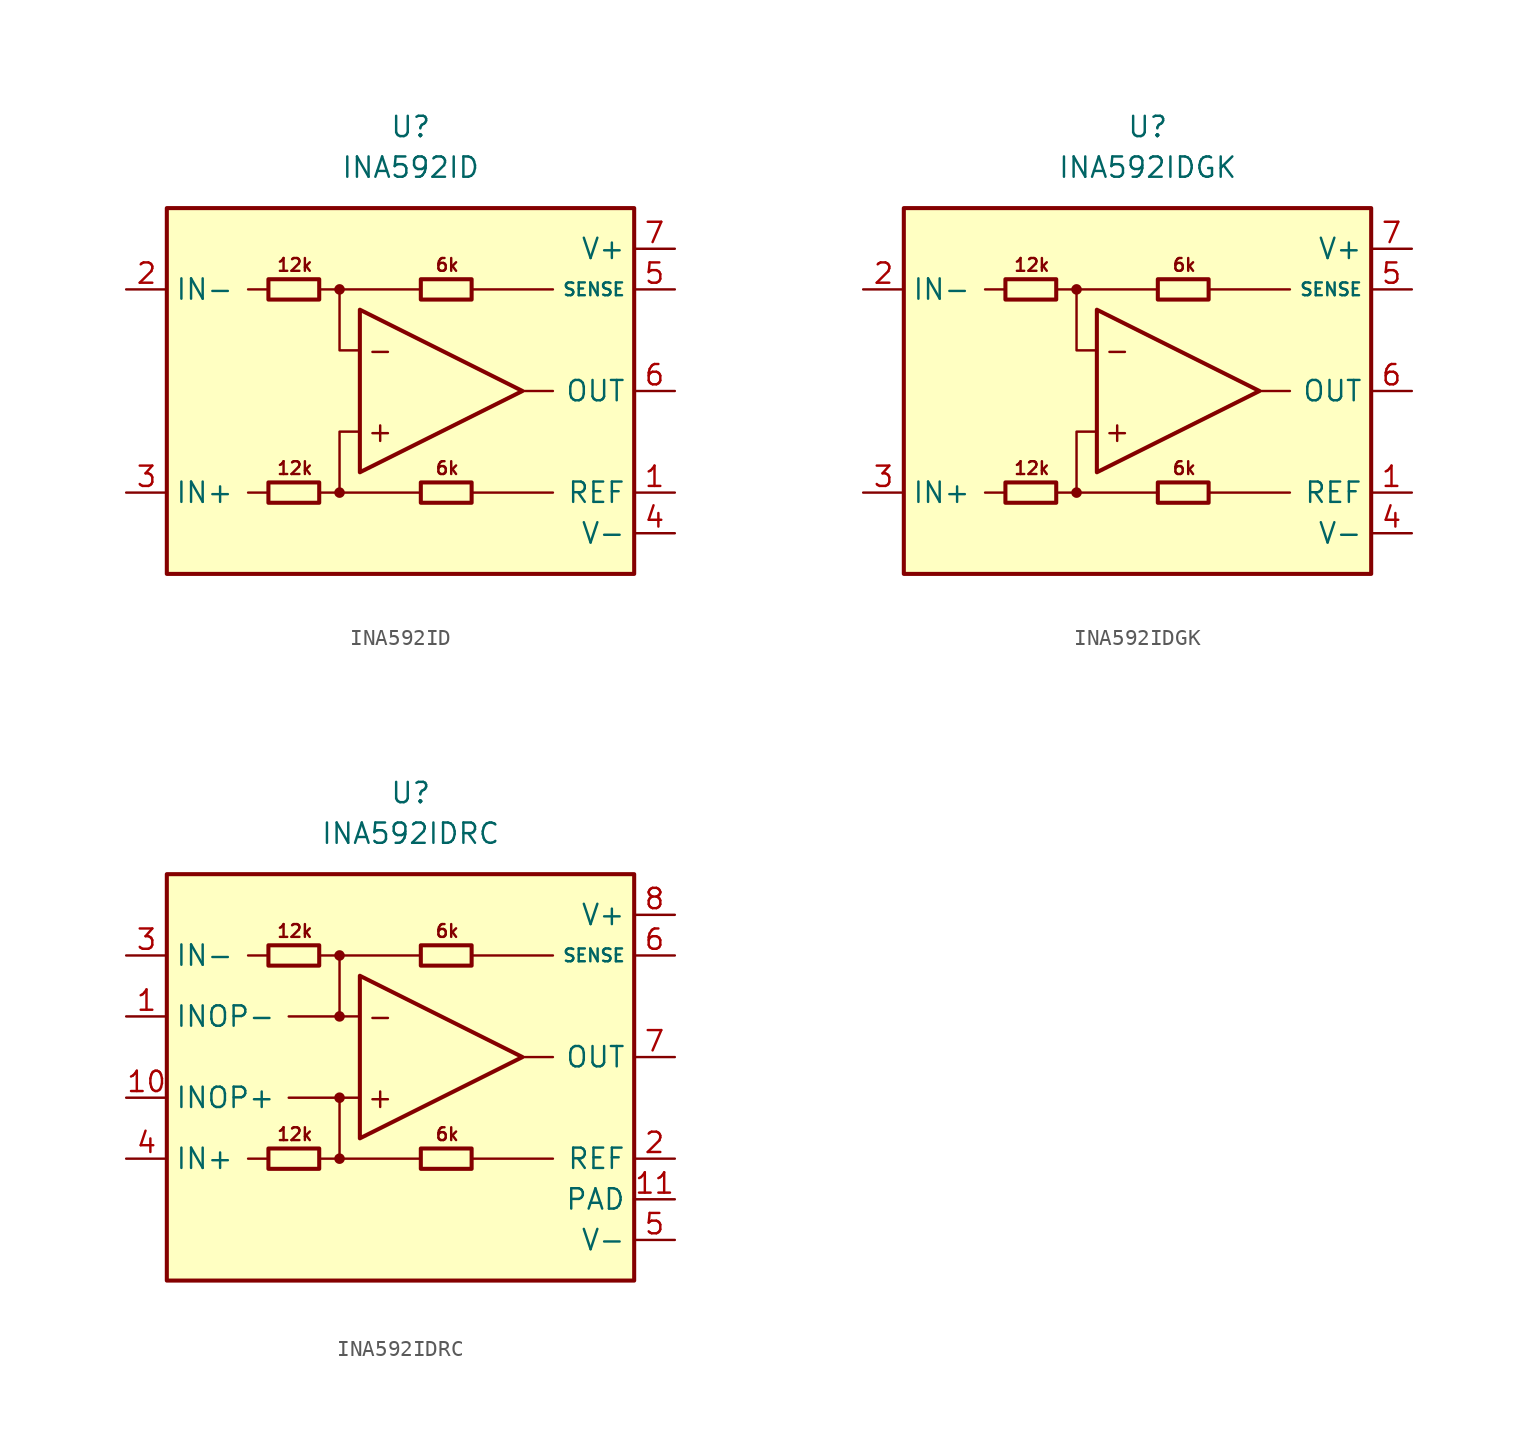
<source format=kicad_sym>
(kicad_symbol_lib
  (version 20211014)
  (generator kicad_symbol_editor)
  (symbol "INA592ID"
    (property "Reference" "U"
      (at 0 16.51 0)
      (effects (font (size 1.27 1.27))))
    (property "Value" "INA592ID"
      (at 0 13.97 0)
      (effects (font (size 1.27 1.27))))
    (symbol "INA592ID_0_0"
      (rectangle (start -15.24 11.43) (end 13.97 -11.43) (stroke (width 0.254) (type default) (color 0 0 0 0)) (fill (type background)))
      (circle (center -4.445 -6.35) (radius 0.254) (stroke (width 0.152) (type default) (color 0 0 0 0)) (fill (type outline)))
      (circle (center -4.445 6.35) (radius 0.254) (stroke (width 0.152) (type default) (color 0 0 0 0)) (fill (type outline)))
      (polyline (pts (xy -8.89 -6.35) (xy -10.16 -6.35)) (stroke (width 0.152) (type default) (color 0 0 0 0)) (fill (type none)))
      (polyline (pts (xy -8.89 6.35) (xy -10.16 6.35)) (stroke (width 0.152) (type default) (color 0 0 0 0)) (fill (type none)))
      (polyline (pts (xy -4.445 6.35) (xy 0.635 6.35)) (stroke (width 0.152) (type default) (color 0 0 0 0)) (fill (type none)))
      (polyline (pts (xy 0.635 -6.35) (xy -4.445 -6.35)) (stroke (width 0.152) (type default) (color 0 0 0 0)) (fill (type none)))
      (polyline (pts (xy 3.81 -6.35) (xy 8.89 -6.35)) (stroke (width 0.152) (type default) (color 0 0 0 0)) (fill (type none)))
      (polyline (pts (xy 3.81 6.35) (xy 8.89 6.35)) (stroke (width 0.152) (type default) (color 0 0 0 0)) (fill (type none)))
      (polyline (pts (xy 8.89 0) (xy 6.985 0)) (stroke (width 0.152) (type default) (color 0 0 0 0)) (fill (type none)))
      (polyline (pts (xy -5.715 -6.35) (xy -4.445 -6.35) (xy -4.445 -2.54) (xy -3.175 -2.54)) (stroke (width 0.152) (type default) (color 0 0 0 0)) (fill (type none)))
      (polyline (pts (xy -3.175 2.54) (xy -4.445 2.54) (xy -4.445 6.35) (xy -5.715 6.35)) (stroke (width 0.152) (type default) (color 0 0 0 0)) (fill (type none)))
      (text "+" (at -1.905 -2.54 0) (effects (font (size 1.27 1.27))))
      (text "-" (at -1.905 2.54 0) (effects (font (size 1.27 1.27))))
      (text "12k" (at -7.239 -4.826 0) (effects (font (size 0.8 0.8))))
      (text "12k" (at -7.239 7.874 0) (effects (font (size 0.8 0.8))))
      (text "6k" (at 2.286 -4.826 0) (effects (font (size 0.8 0.8))))
      (text "6k" (at 2.286 7.874 0) (effects (font (size 0.8 0.8)))))
    (symbol "INA592ID_0_1"
      (rectangle (start -8.89 -5.715) (end -5.715 -6.985) (stroke (width 0.254) (type default) (color 0 0 0 0)) (fill (type none)))
      (rectangle (start -8.89 6.985) (end -5.715 5.715) (stroke (width 0.254) (type default) (color 0 0 0 0)) (fill (type none)))
      (polyline (pts (xy -3.175 5.08) (xy -3.175 -5.08) (xy 6.985 0) (xy -3.175 5.08)) (stroke (width 0.254) (type default) (color 0 0 0 0)) (fill (type none)))
      (rectangle (start 0.635 -5.715) (end 3.81 -6.985) (stroke (width 0.254) (type default) (color 0 0 0 0)) (fill (type none)))
      (rectangle (start 0.635 6.985) (end 3.81 5.715) (stroke (width 0.254) (type default) (color 0 0 0 0)) (fill (type none))))
    (symbol "INA592ID_1_1"
      (pin input line (at 16.51 -6.35 180) (length 2.54) (name "REF" (effects (font (size 1.27 1.27)))) (number "1" (effects (font (size 1.27 1.27)))))
      (pin input line (at -17.78 6.35 0) (length 2.54) (name "IN-" (effects (font (size 1.27 1.27)))) (number "2" (effects (font (size 1.27 1.27)))))
      (pin input line (at -17.78 -6.35 0) (length 2.54) (name "IN+" (effects (font (size 1.27 1.27)))) (number "3" (effects (font (size 1.27 1.27)))))
      (pin power_in line (at 16.51 -8.89 180) (length 2.54) (name "V-" (effects (font (size 1.27 1.27)))) (number "4" (effects (font (size 1.27 1.27)))))
      (pin input line (at 16.51 6.35 180) (length 2.54) (name "SENSE" (effects (font (size 0.8 0.8)))) (number "5" (effects (font (size 1.27 1.27)))))
      (pin output line (at 16.51 0 180) (length 2.54) (name "OUT" (effects (font (size 1.27 1.27)))) (number "6" (effects (font (size 1.27 1.27)))))
      (pin power_in line (at 16.51 8.89 180) (length 2.54) (name "V+" (effects (font (size 1.27 1.27)))) (number "7" (effects (font (size 1.27 1.27)))))
      (pin no_connect line (at -10.16 0 0) (length 2.54) hide (name "NC" (effects (font (size 1.27 1.27)))) (number "8" (effects (font (size 1.27 1.27)))))))
  (symbol "INA592IDGK"
    (property "Reference" "U"
      (at 0 16.51 0)
      (effects (font (size 1.27 1.27))))
    (property "Value" "INA592IDGK"
      (at 0 13.97 0)
      (effects (font (size 1.27 1.27))))
    (symbol "INA592IDGK_0_0"
      (rectangle (start -15.24 11.43) (end 13.97 -11.43) (stroke (width 0.254) (type default) (color 0 0 0 0)) (fill (type background)))
      (circle (center -4.445 -6.35) (radius 0.254) (stroke (width 0.152) (type default) (color 0 0 0 0)) (fill (type outline)))
      (circle (center -4.445 6.35) (radius 0.254) (stroke (width 0.152) (type default) (color 0 0 0 0)) (fill (type outline)))
      (polyline (pts (xy -8.89 -6.35) (xy -10.16 -6.35)) (stroke (width 0.152) (type default) (color 0 0 0 0)) (fill (type none)))
      (polyline (pts (xy -8.89 6.35) (xy -10.16 6.35)) (stroke (width 0.152) (type default) (color 0 0 0 0)) (fill (type none)))
      (polyline (pts (xy -4.445 6.35) (xy 0.635 6.35)) (stroke (width 0.152) (type default) (color 0 0 0 0)) (fill (type none)))
      (polyline (pts (xy 0.635 -6.35) (xy -4.445 -6.35)) (stroke (width 0.152) (type default) (color 0 0 0 0)) (fill (type none)))
      (polyline (pts (xy 3.81 -6.35) (xy 8.89 -6.35)) (stroke (width 0.152) (type default) (color 0 0 0 0)) (fill (type none)))
      (polyline (pts (xy 3.81 6.35) (xy 8.89 6.35)) (stroke (width 0.152) (type default) (color 0 0 0 0)) (fill (type none)))
      (polyline (pts (xy 8.89 0) (xy 6.985 0)) (stroke (width 0.152) (type default) (color 0 0 0 0)) (fill (type none)))
      (polyline (pts (xy -5.715 -6.35) (xy -4.445 -6.35) (xy -4.445 -2.54) (xy -3.175 -2.54)) (stroke (width 0.152) (type default) (color 0 0 0 0)) (fill (type none)))
      (polyline (pts (xy -3.175 2.54) (xy -4.445 2.54) (xy -4.445 6.35) (xy -5.715 6.35)) (stroke (width 0.152) (type default) (color 0 0 0 0)) (fill (type none)))
      (text "+" (at -1.905 -2.54 0) (effects (font (size 1.27 1.27))))
      (text "-" (at -1.905 2.54 0) (effects (font (size 1.27 1.27))))
      (text "12k" (at -7.239 -4.826 0) (effects (font (size 0.8 0.8))))
      (text "12k" (at -7.239 7.874 0) (effects (font (size 0.8 0.8))))
      (text "6k" (at 2.286 -4.826 0) (effects (font (size 0.8 0.8))))
      (text "6k" (at 2.286 7.874 0) (effects (font (size 0.8 0.8)))))
    (symbol "INA592IDGK_0_1"
      (rectangle (start -8.89 -5.715) (end -5.715 -6.985) (stroke (width 0.254) (type default) (color 0 0 0 0)) (fill (type none)))
      (rectangle (start -8.89 6.985) (end -5.715 5.715) (stroke (width 0.254) (type default) (color 0 0 0 0)) (fill (type none)))
      (polyline (pts (xy -3.175 5.08) (xy -3.175 -5.08) (xy 6.985 0) (xy -3.175 5.08)) (stroke (width 0.254) (type default) (color 0 0 0 0)) (fill (type none)))
      (rectangle (start 0.635 -5.715) (end 3.81 -6.985) (stroke (width 0.254) (type default) (color 0 0 0 0)) (fill (type none)))
      (rectangle (start 0.635 6.985) (end 3.81 5.715) (stroke (width 0.254) (type default) (color 0 0 0 0)) (fill (type none))))
    (symbol "INA592IDGK_1_1"
      (pin input line (at 16.51 -6.35 180) (length 2.54) (name "REF" (effects (font (size 1.27 1.27)))) (number "1" (effects (font (size 1.27 1.27)))))
      (pin input line (at -17.78 6.35 0) (length 2.54) (name "IN-" (effects (font (size 1.27 1.27)))) (number "2" (effects (font (size 1.27 1.27)))))
      (pin input line (at -17.78 -6.35 0) (length 2.54) (name "IN+" (effects (font (size 1.27 1.27)))) (number "3" (effects (font (size 1.27 1.27)))))
      (pin power_in line (at 16.51 -8.89 180) (length 2.54) (name "V-" (effects (font (size 1.27 1.27)))) (number "4" (effects (font (size 1.27 1.27)))))
      (pin input line (at 16.51 6.35 180) (length 2.54) (name "SENSE" (effects (font (size 0.8 0.8)))) (number "5" (effects (font (size 1.27 1.27)))))
      (pin output line (at 16.51 0 180) (length 2.54) (name "OUT" (effects (font (size 1.27 1.27)))) (number "6" (effects (font (size 1.27 1.27)))))
      (pin power_in line (at 16.51 8.89 180) (length 2.54) (name "V+" (effects (font (size 1.27 1.27)))) (number "7" (effects (font (size 1.27 1.27)))))
      (pin no_connect line (at -10.16 0 0) (length 2.54) hide (name "NC" (effects (font (size 1.27 1.27)))) (number "8" (effects (font (size 1.27 1.27)))))))
  (symbol "INA592IDRC"
    (property "Reference" "U"
      (at 0 17.78 0)
      (effects (font (size 1.27 1.27))))
    (property "Value" "INA592IDRC"
      (at 0 15.24 0)
      (effects (font (size 1.27 1.27))))
    (symbol "INA592IDRC_0_0"
      (rectangle (start -15.24 12.7) (end 13.97 -12.7) (stroke (width 0.254) (type default) (color 0 0 0 0)) (fill (type background)))
      (circle (center -4.445 -5.08) (radius 0.254) (stroke (width 0.152) (type default) (color 0 0 0 0)) (fill (type outline)))
      (circle (center -4.445 -1.27) (radius 0.254) (stroke (width 0.152) (type default) (color 0 0 0 0)) (fill (type outline)))
      (circle (center -4.445 3.81) (radius 0.254) (stroke (width 0.152) (type default) (color 0 0 0 0)) (fill (type outline)))
      (circle (center -4.445 7.62) (radius 0.254) (stroke (width 0.152) (type default) (color 0 0 0 0)) (fill (type outline)))
      (polyline (pts (xy -8.89 -5.08) (xy -10.16 -5.08)) (stroke (width 0.152) (type default) (color 0 0 0 0)) (fill (type none)))
      (polyline (pts (xy -8.89 7.62) (xy -10.16 7.62)) (stroke (width 0.152) (type default) (color 0 0 0 0)) (fill (type none)))
      (polyline (pts (xy -4.445 -1.27) (xy -7.62 -1.27)) (stroke (width 0) (type default) (color 0 0 0 0)) (fill (type none)))
      (polyline (pts (xy -4.445 3.81) (xy -7.62 3.81)) (stroke (width 0) (type default) (color 0 0 0 0)) (fill (type none)))
      (polyline (pts (xy -4.445 7.62) (xy 0.635 7.62)) (stroke (width 0.152) (type default) (color 0 0 0 0)) (fill (type none)))
      (polyline (pts (xy 0.635 -5.08) (xy -4.445 -5.08)) (stroke (width 0.152) (type default) (color 0 0 0 0)) (fill (type none)))
      (polyline (pts (xy 3.81 -5.08) (xy 8.89 -5.08)) (stroke (width 0.152) (type default) (color 0 0 0 0)) (fill (type none)))
      (polyline (pts (xy 3.81 7.62) (xy 8.89 7.62)) (stroke (width 0.152) (type default) (color 0 0 0 0)) (fill (type none)))
      (polyline (pts (xy 8.89 1.27) (xy 6.985 1.27)) (stroke (width 0.152) (type default) (color 0 0 0 0)) (fill (type none)))
      (polyline (pts (xy -5.715 -5.08) (xy -4.445 -5.08) (xy -4.445 -1.27) (xy -3.175 -1.27)) (stroke (width 0.152) (type default) (color 0 0 0 0)) (fill (type none)))
      (polyline (pts (xy -3.175 3.81) (xy -4.445 3.81) (xy -4.445 7.62) (xy -5.715 7.62)) (stroke (width 0.152) (type default) (color 0 0 0 0)) (fill (type none)))
      (text "+" (at -1.905 -1.27 0) (effects (font (size 1.27 1.27))))
      (text "-" (at -1.905 3.81 0) (effects (font (size 1.27 1.27))))
      (text "12k" (at -7.239 -3.556 0) (effects (font (size 0.8 0.8))))
      (text "12k" (at -7.239 9.144 0) (effects (font (size 0.8 0.8))))
      (text "6k" (at 2.286 -3.556 0) (effects (font (size 0.8 0.8))))
      (text "6k" (at 2.286 9.144 0) (effects (font (size 0.8 0.8)))))
    (symbol "INA592IDRC_0_1"
      (rectangle (start -8.89 -4.445) (end -5.715 -5.715) (stroke (width 0.254) (type default) (color 0 0 0 0)) (fill (type none)))
      (rectangle (start -8.89 8.255) (end -5.715 6.985) (stroke (width 0.254) (type default) (color 0 0 0 0)) (fill (type none)))
      (polyline (pts (xy -3.175 6.35) (xy -3.175 -3.81) (xy 6.985 1.27) (xy -3.175 6.35)) (stroke (width 0.254) (type default) (color 0 0 0 0)) (fill (type none)))
      (rectangle (start 0.635 -4.445) (end 3.81 -5.715) (stroke (width 0.254) (type default) (color 0 0 0 0)) (fill (type none)))
      (rectangle (start 0.635 8.255) (end 3.81 6.985) (stroke (width 0.254) (type default) (color 0 0 0 0)) (fill (type none))))
    (symbol "INA592IDRC_1_1"
      (pin passive line (at -17.78 3.81 0) (length 2.54) (name "INOP-" (effects (font (size 1.27 1.27)))) (number "1" (effects (font (size 1.27 1.27)))))
      (pin passive line (at -17.78 -1.27 0) (length 2.54) (name "INOP+" (effects (font (size 1.27 1.27)))) (number "10" (effects (font (size 1.27 1.27)))))
      (pin passive line (at 16.51 -7.62 180) (length 2.54) (name "PAD" (effects (font (size 1.27 1.27)))) (number "11" (effects (font (size 1.27 1.27)))))
      (pin input line (at 16.51 -5.08 180) (length 2.54) (name "REF" (effects (font (size 1.27 1.27)))) (number "2" (effects (font (size 1.27 1.27)))))
      (pin passive line (at -17.78 7.62 0) (length 2.54) (name "IN-" (effects (font (size 1.27 1.27)))) (number "3" (effects (font (size 1.27 1.27)))))
      (pin passive line (at -17.78 -5.08 0) (length 2.54) (name "IN+" (effects (font (size 1.27 1.27)))) (number "4" (effects (font (size 1.27 1.27)))))
      (pin power_in line (at 16.51 -10.16 180) (length 2.54) (name "V-" (effects (font (size 1.27 1.27)))) (number "5" (effects (font (size 1.27 1.27)))))
      (pin input line (at 16.51 7.62 180) (length 2.54) (name "SENSE" (effects (font (size 0.8 0.8)))) (number "6" (effects (font (size 1.27 1.27)))))
      (pin output line (at 16.51 1.27 180) (length 2.54) (name "OUT" (effects (font (size 1.27 1.27)))) (number "7" (effects (font (size 1.27 1.27)))))
      (pin power_in line (at 16.51 10.16 180) (length 2.54) (name "V+" (effects (font (size 1.27 1.27)))) (number "8" (effects (font (size 1.27 1.27)))))
      (pin no_connect line (at 0 -10.16 0) (length 2.54) hide (name "NC" (effects (font (size 1.27 1.27)))) (number "9" (effects (font (size 1.27 1.27))))))))
</source>
